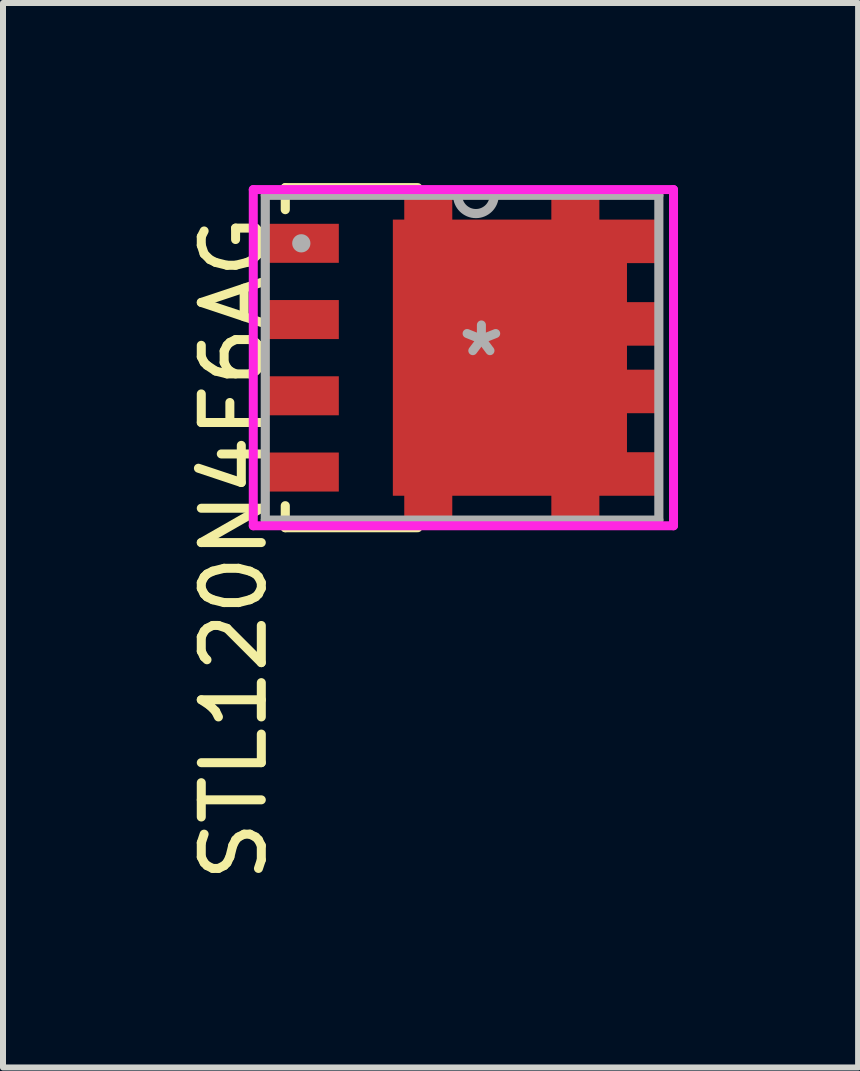
<source format=kicad_pcb>
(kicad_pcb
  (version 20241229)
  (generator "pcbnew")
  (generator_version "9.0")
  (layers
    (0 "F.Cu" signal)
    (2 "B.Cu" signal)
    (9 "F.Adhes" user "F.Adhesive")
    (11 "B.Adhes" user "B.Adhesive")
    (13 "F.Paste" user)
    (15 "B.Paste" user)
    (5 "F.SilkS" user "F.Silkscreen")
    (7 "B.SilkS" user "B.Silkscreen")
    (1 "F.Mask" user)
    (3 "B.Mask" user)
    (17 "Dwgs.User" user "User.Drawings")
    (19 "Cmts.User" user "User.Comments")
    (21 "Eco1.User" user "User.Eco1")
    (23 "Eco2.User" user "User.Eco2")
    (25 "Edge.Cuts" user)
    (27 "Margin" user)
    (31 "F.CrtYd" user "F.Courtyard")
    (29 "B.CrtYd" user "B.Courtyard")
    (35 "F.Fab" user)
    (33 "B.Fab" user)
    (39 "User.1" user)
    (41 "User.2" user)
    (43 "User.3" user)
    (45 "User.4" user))
  (footprint "STL120N4F6AG"
    (layer "F.Cu")
    (at 4.969 2.908)
    (property "Reference" "STL120N4F6AG" (at -4.121 3.175 90) (layer "F.SilkS") (effects (font (size 1 1) (thickness 0.15))))
    (attr through_hole)
    (fp_line (start -3.267 -2.832) (end -3.267 -2.466) (stroke (width 0.152) (type solid)) (layer "F.SilkS"))
    (fp_line (start -3.267 2.466) (end -3.267 2.832) (stroke (width 0.152) (type solid)) (layer "F.SilkS"))
    (fp_line (start -3.267 2.832) (end -1.06 2.832) (stroke (width 0.152) (type solid)) (layer "F.SilkS"))
    (fp_line (start -1.06 -2.832) (end -3.267 -2.832) (stroke (width 0.152) (type solid)) (layer "F.SilkS"))
    (fp_line (start -3.8 -2.8) (end -3.8 2.8) (stroke (width 0.15) (type solid)) (layer "F.CrtYd"))
    (fp_line (start -3.8 2.8) (end 3.2 2.8) (stroke (width 0.15) (type solid)) (layer "F.CrtYd"))
    (fp_line (start 3.2 -2.8) (end -3.8 -2.8) (stroke (width 0.15) (type solid)) (layer "F.CrtYd"))
    (fp_line (start 3.2 2.8) (end 3.2 -2.8) (stroke (width 0.15) (type solid)) (layer "F.CrtYd"))
    (fp_line (start -3.6 -2.705) (end -3.6 2.705) (stroke (width 0.152) (type solid)) (layer "F.Fab"))
    (fp_line (start -3.6 2.705) (end 2.956 2.705) (stroke (width 0.152) (type solid)) (layer "F.Fab"))
    (fp_line (start 2.956 -2.705) (end -3.6 -2.705) (stroke (width 0.152) (type solid)) (layer "F.Fab"))
    (fp_line (start 2.956 2.705) (end 2.956 -2.705) (stroke (width 0.152) (type solid)) (layer "F.Fab"))
    (fp_arc (start 0.2131 -2.7051) (mid -0.0917 -2.4003) (end -0.3965 -2.7051) (stroke (width 0.1524) (type solid)) (layer "F.Fab"))
    (fp_circle (center -3 -1.905) (end -3 -1.905) (stroke (width 0.152) (type solid)) (fill no) (layer "F.Fab"))
    (fp_text user "*" (at 0 0 0) (layer "F.Fab") (effects (font (size 1 1) (thickness 0.15))))
    (pad "1" smd rect (at -3 -1.905) (size 1.25 0.65) (layers "F.Cu" "F.Mask" "F.Paste"))
    (pad "2" smd rect (at -3 -0.635) (size 1.25 0.65) (layers "F.Cu" "F.Mask" "F.Paste"))
    (pad "3" smd rect (at -3 0.635) (size 1.25 0.65) (layers "F.Cu" "F.Mask" "F.Paste"))
    (pad "4" smd rect (at -3 1.905) (size 1.25 0.65) (layers "F.Cu" "F.Mask" "F.Paste"))
    (pad "5" smd custom (at 0.565 0) (size 1 1) (layers "F.Cu" "F.Mask" "F.Paste") (options (anchor rect)) (primitives (gr_poly (pts (xy 1.86 -0.2) (xy 1.86 0.2) (xy 2.46 0.2) (xy 2.46 0.925) (xy 1.86 0.925) (xy 1.86 1.575) (xy 2.46 1.575) (xy 2.46 2.3) (xy 1.86 2.3) (xy 1.4 2.3) (xy 1.4 2.7) (xy 0.6 2.7) (xy 0.6 2.3) (xy -1.05 2.3) (xy -1.05 2.7) (xy -1.85 2.7) (xy -1.85 2.3) (xy -2.04 2.3) (xy -2.04 -0.22)) (width 0) (fill yes)) (gr_poly (pts (xy 2.46 -0.2) (xy 2.46 -0.925) (xy 1.86 -0.925) (xy 1.86 -1.575) (xy 2.46 -1.575) (xy 2.46 -2.3) (xy 1.86 -2.3) (xy 1.4 -2.3) (xy 1.4 -2.7) (xy 0.6 -2.7) (xy 0.6 -2.3) (xy -1.05 -2.3) (xy -1.05 -2.7) (xy -1.85 -2.7) (xy -1.85 -2.3) (xy -2.04 -2.3) (xy -2.04 -0.2)) (width 0) (fill yes)))))
  (gr_rect
    (start -3 -3)
    (end 11.244 14.732)
    (stroke (width 0.1) (type default))
    (fill no)
    (layer "Edge.Cuts")))
</source>
